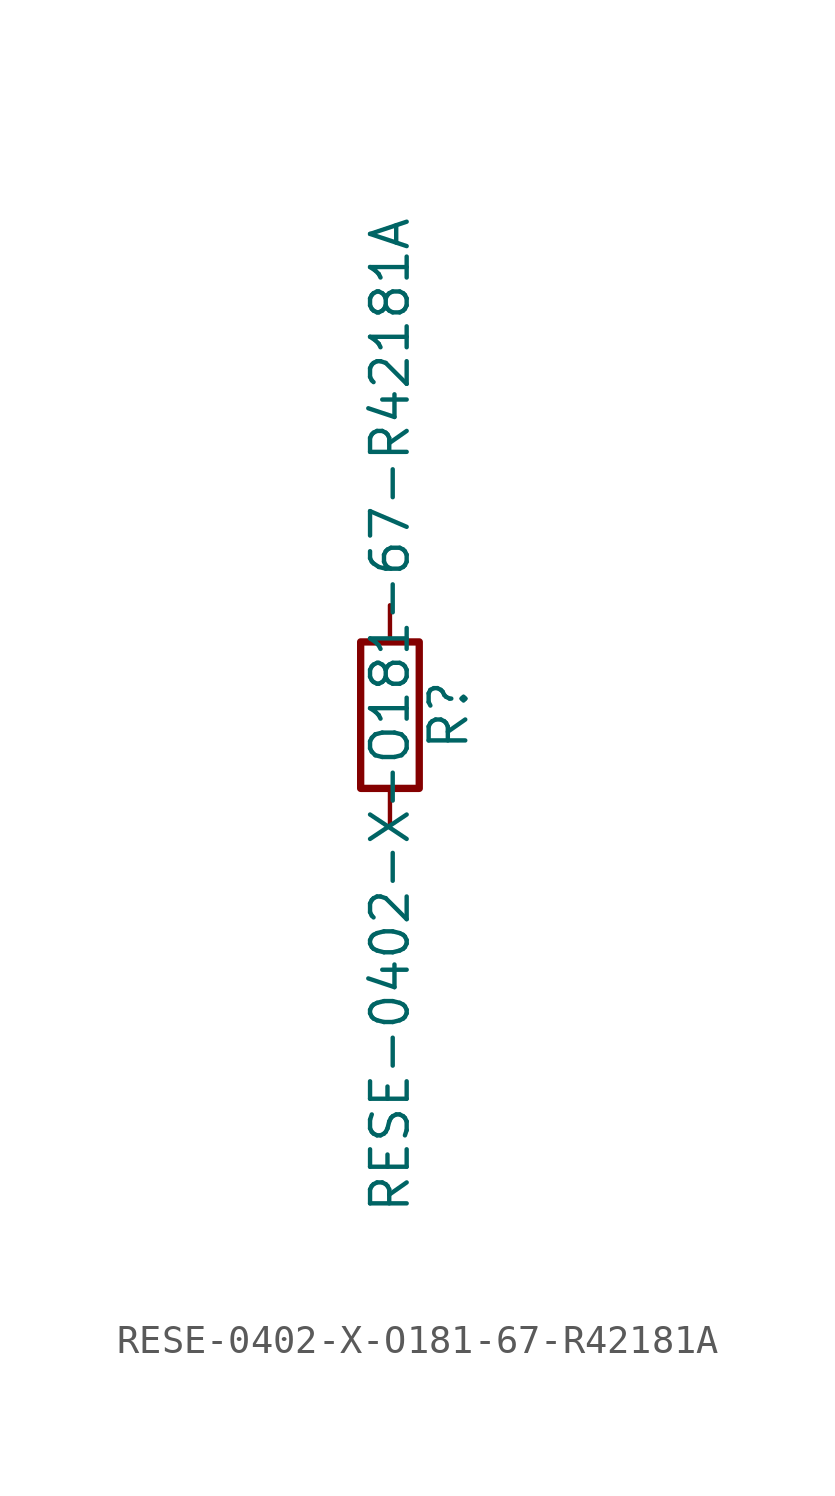
<source format=kicad_sym>
(kicad_symbol_lib
  (version 20211014)
  (generator kicad_symbol_editor)
  (symbol "RESE-0402-X-O181-67-R42181A"
    (pin_numbers hide)
    (pin_names
      (offset 0))
    (property "Reference" "R"
      (at 2.032 0 90)
      (effects (font (size 1.27 1.27))))
    (property "Value" "RESE-0402-X-O181-67-R42181A"
      (at 0 0 90)
      (effects (font (size 1.27 1.27))))
    (symbol "RESE-0402-X-O181-67-R42181A_0_1"
      (rectangle (start -1.016 -2.54) (end 1.016 2.54) (stroke (width 0.254) (type default) (color 0 0 0 0)) (fill (type none))))
    (symbol "RESE-0402-X-O181-67-R42181A_1_1"
      (pin passive line (at 0 3.81 270) (length 1.27) (name "~" (effects (font (size 1.27 1.27)))) (number "1" (effects (font (size 1.27 1.27)))))
      (pin passive line (at 0 -3.81 90) (length 1.27) (name "~" (effects (font (size 1.27 1.27)))) (number "2" (effects (font (size 1.27 1.27))))))))
</source>
